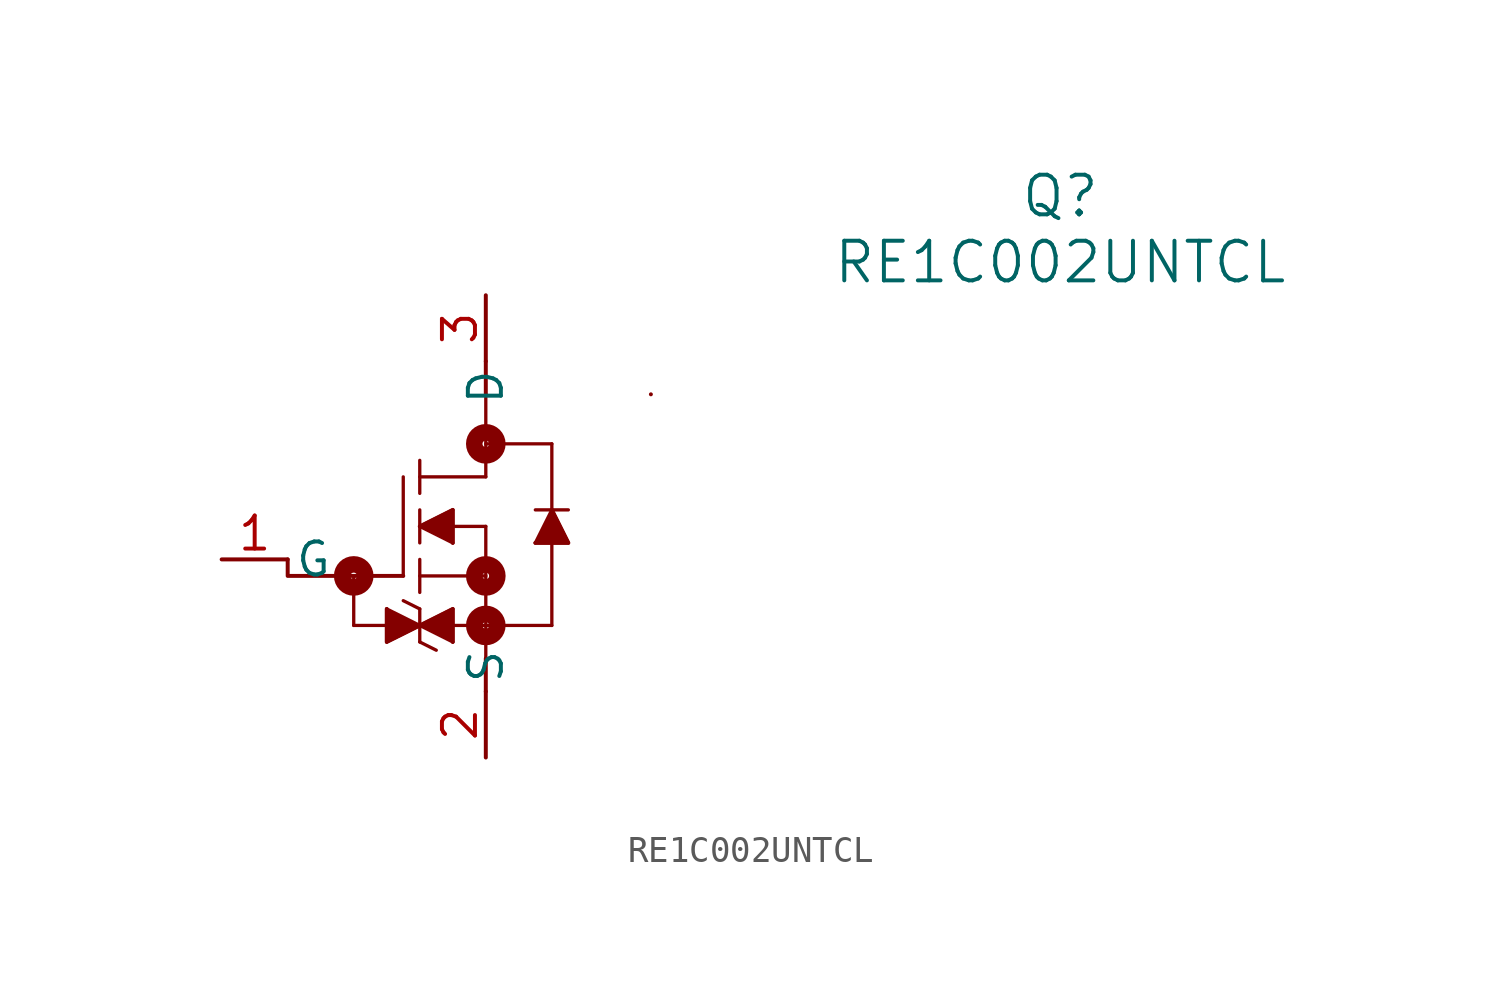
<source format=kicad_sym>
(kicad_symbol_lib
  (version 20241209)
  (generator "kicad_symbol_editor")
  (generator_version "9.0")
  (symbol "RE1C002UNTCL"
    (pin_names
      (offset 0.254))
    (property "Reference" "Q"
      (at 44.958 13.97 0)
      (effects (font (size 1.524 1.524))))
    (property "Value" "RE1C002UNTCL"
      (at 44.958 11.43 0)
      (effects (font (size 1.524 1.524))))
    (symbol "RE1C002UNTCL_0_1"
      (polyline (pts (xy 17.78 -0.635) (xy 17.78 -2.54)) (stroke (width 0.127) (type default)) (fill (type none)))
      (circle (center 17.78 -0.635) (radius 0.127) (stroke (width 0.635) (type default)) (fill (type none)))
      (polyline (pts (xy 17.78 -2.54) (xy 25.4 -2.54)) (stroke (width 0.127) (type default)) (fill (type none)))
      (polyline (pts (xy 19.05 -1.905) (xy 19.05 -3.175)) (stroke (width 0.127) (type default)) (fill (type none)))
      (polyline (pts (xy 19.05 -1.905) (xy 19.05 -3.175) (xy 21.59 -1.905) (xy 21.59 -3.175)) (stroke (width 0) (type default)) (fill (type outline)))
      (polyline (pts (xy 19.05 -3.175) (xy 20.32 -2.54)) (stroke (width 0.127) (type default)) (fill (type none)))
      (polyline (pts (xy 19.685 3.175) (xy 19.685 -0.635)) (stroke (width 0.127) (type default)) (fill (type none)))
      (polyline (pts (xy 19.685 -0.635) (xy 15.24 -0.635) (xy 15.24 0)) (stroke (width 0) (type default)) (fill (type none)))
      (polyline (pts (xy 20.32 3.175) (xy 22.86 3.175)) (stroke (width 0.127) (type default)) (fill (type none)))
      (polyline (pts (xy 20.32 2.54) (xy 20.32 3.81)) (stroke (width 0.127) (type default)) (fill (type none)))
      (polyline (pts (xy 20.32 1.905) (xy 20.32 0.635)) (stroke (width 0.127) (type default)) (fill (type none)))
      (polyline (pts (xy 20.32 1.27) (xy 21.59 1.905)) (stroke (width 0.127) (type default)) (fill (type none)))
      (polyline (pts (xy 20.32 1.27) (xy 21.59 1.905) (xy 21.59 0.635)) (stroke (width 0) (type default)) (fill (type outline)))
      (polyline (pts (xy 20.32 0) (xy 20.32 -1.27)) (stroke (width 0.127) (type default)) (fill (type none)))
      (polyline (pts (xy 20.32 -0.635) (xy 22.86 -0.635)) (stroke (width 0.127) (type default)) (fill (type none)))
      (polyline (pts (xy 20.32 -1.905) (xy 19.685 -1.587)) (stroke (width 0.127) (type default)) (fill (type none)))
      (polyline (pts (xy 20.32 -1.905) (xy 20.32 -3.175)) (stroke (width 0.127) (type default)) (fill (type none)))
      (polyline (pts (xy 20.32 -2.54) (xy 19.05 -1.905)) (stroke (width 0.127) (type default)) (fill (type none)))
      (polyline (pts (xy 20.32 -2.54) (xy 21.59 -1.905)) (stroke (width 0.127) (type default)) (fill (type none)))
      (polyline (pts (xy 20.32 -3.175) (xy 20.955 -3.493)) (stroke (width 0.127) (type default)) (fill (type none)))
      (polyline (pts (xy 21.59 1.905) (xy 21.59 0.635)) (stroke (width 0.127) (type default)) (fill (type none)))
      (polyline (pts (xy 21.59 0.635) (xy 20.32 1.27)) (stroke (width 0.127) (type default)) (fill (type none)))
      (polyline (pts (xy 21.59 -1.905) (xy 21.59 -3.175)) (stroke (width 0.127) (type default)) (fill (type none)))
      (polyline (pts (xy 21.59 -3.175) (xy 20.32 -2.54)) (stroke (width 0.127) (type default)) (fill (type none)))
      (polyline (pts (xy 22.86 7.62) (xy 22.86 6.35)) (stroke (width 0) (type default)) (fill (type none)))
      (polyline (pts (xy 22.86 4.445) (xy 25.4 4.445)) (stroke (width 0.127) (type default)) (fill (type none)))
      (circle (center 22.86 4.445) (radius 0.127) (stroke (width 0.635) (type default)) (fill (type none)))
      (polyline (pts (xy 22.86 3.175) (xy 22.86 6.35)) (stroke (width 0.127) (type default)) (fill (type none)))
      (polyline (pts (xy 22.86 1.27) (xy 20.32 1.27)) (stroke (width 0.127) (type default)) (fill (type none)))
      (polyline (pts (xy 22.86 1.27) (xy 22.86 -3.81)) (stroke (width 0.127) (type default)) (fill (type none)))
      (circle (center 22.86 -0.635) (radius 0.127) (stroke (width 0.635) (type default)) (fill (type none)))
      (circle (center 22.86 -2.54) (radius 0.127) (stroke (width 0.635) (type default)) (fill (type none)))
      (polyline (pts (xy 22.86 -5.08) (xy 22.86 -3.81)) (stroke (width 0) (type default)) (fill (type none)))
      (polyline (pts (xy 24.765 1.905) (xy 26.035 1.905)) (stroke (width 0.127) (type default)) (fill (type none)))
      (polyline (pts (xy 24.765 0.635) (xy 26.035 0.635)) (stroke (width 0.127) (type default)) (fill (type none)))
      (polyline (pts (xy 24.765 0.635) (xy 26.035 0.635) (xy 25.4 1.905)) (stroke (width 0) (type default)) (fill (type outline)))
      (polyline (pts (xy 25.4 1.905) (xy 24.765 0.635)) (stroke (width 0.127) (type default)) (fill (type none)))
      (polyline (pts (xy 25.4 -2.54) (xy 25.4 4.445)) (stroke (width 0.127) (type default)) (fill (type none)))
      (polyline (pts (xy 26.035 0.635) (xy 25.4 1.905)) (stroke (width 0.127) (type default)) (fill (type none)))
      (polyline (pts (xy 29.21 6.35) (xy 29.21 6.35)) (stroke (width 0) (type default)) (fill (type none))))
    (symbol "RE1C002UNTCL_1_1"
      (pin unspecified line (at 12.7 0 0) (length 2.54) (name "G" (effects (font (size 1.27 1.27)))) (number "1" (effects (font (size 1.27 1.27)))))
      (pin unspecified line (at 22.86 10.16 270) (length 2.54) (name "D" (effects (font (size 1.27 1.27)))) (number "3" (effects (font (size 1.27 1.27)))))
      (pin unspecified line (at 22.86 -7.62 90) (length 2.54) (name "S" (effects (font (size 1.27 1.27)))) (number "2" (effects (font (size 1.27 1.27))))))))
</source>
